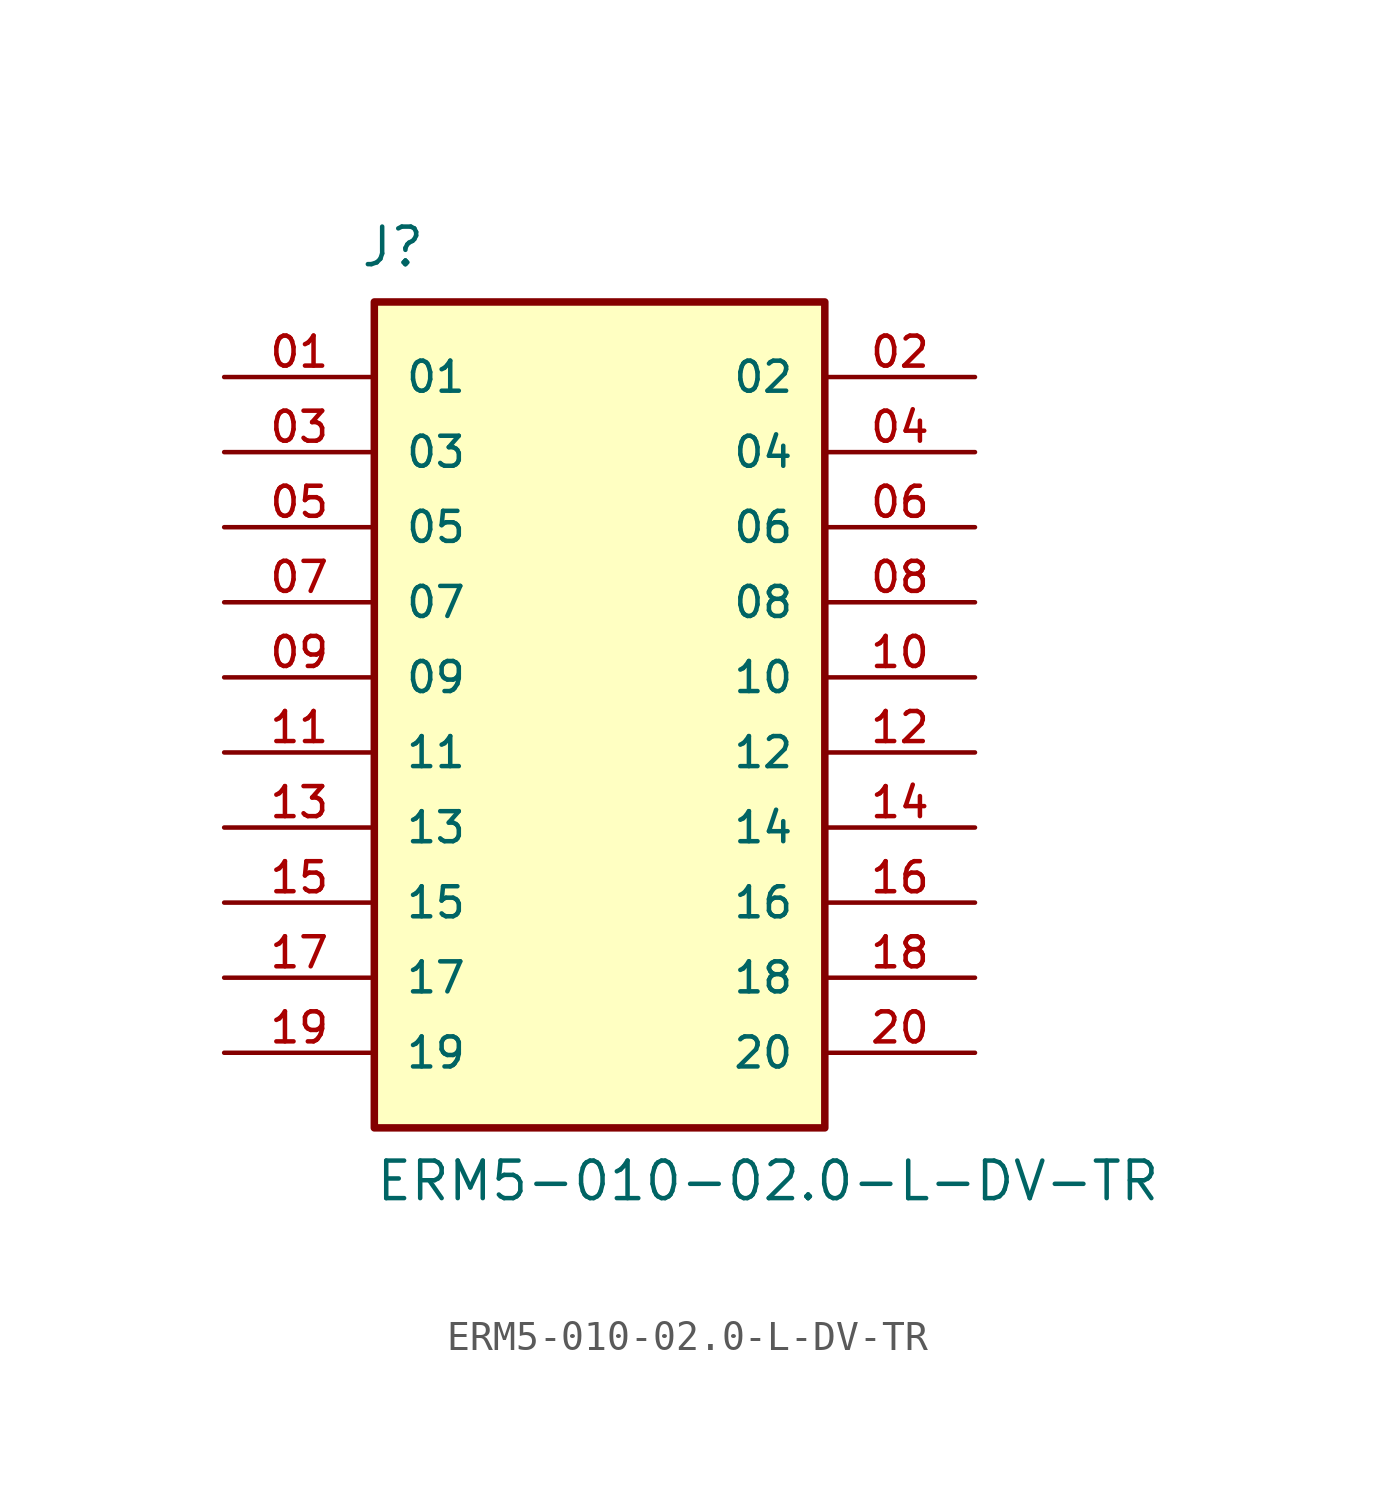
<source format=kicad_sym>
(kicad_symbol_lib
  (version 20231120)
  (generator "kicad_symbol_editor")
  (generator_version "8.0")
  (symbol "ERM5-010-02.0-L-DV-TR"
    (pin_names
      (offset 1.016))
    (property "Reference" "J"
      (at -8.12 13.816 0)
      (effects (font (size 1.27 1.27)) (justify left bottom)))
    (property "Value" "ERM5-010-02.0-L-DV-TR"
      (at -7.62 -17.78 0)
      (effects (font (size 1.27 1.27)) (justify left bottom)))
    (symbol "ERM5-010-02.0-L-DV-TR_0_0"
      (rectangle (start -7.62 -15.24) (end 7.62 12.7) (stroke (width 0.254) (type default)) (fill (type background)))
      (pin passive line (at -12.7 10.16 0) (length 5.08) (name "01" (effects (font (size 1.016 1.016)))) (number "01" (effects (font (size 1.016 1.016)))))
      (pin passive line (at 12.7 10.16 180) (length 5.08) (name "02" (effects (font (size 1.016 1.016)))) (number "02" (effects (font (size 1.016 1.016)))))
      (pin passive line (at -12.7 7.62 0) (length 5.08) (name "03" (effects (font (size 1.016 1.016)))) (number "03" (effects (font (size 1.016 1.016)))))
      (pin passive line (at 12.7 7.62 180) (length 5.08) (name "04" (effects (font (size 1.016 1.016)))) (number "04" (effects (font (size 1.016 1.016)))))
      (pin passive line (at -12.7 5.08 0) (length 5.08) (name "05" (effects (font (size 1.016 1.016)))) (number "05" (effects (font (size 1.016 1.016)))))
      (pin passive line (at 12.7 5.08 180) (length 5.08) (name "06" (effects (font (size 1.016 1.016)))) (number "06" (effects (font (size 1.016 1.016)))))
      (pin passive line (at -12.7 2.54 0) (length 5.08) (name "07" (effects (font (size 1.016 1.016)))) (number "07" (effects (font (size 1.016 1.016)))))
      (pin passive line (at 12.7 2.54 180) (length 5.08) (name "08" (effects (font (size 1.016 1.016)))) (number "08" (effects (font (size 1.016 1.016)))))
      (pin passive line (at -12.7 0 0) (length 5.08) (name "09" (effects (font (size 1.016 1.016)))) (number "09" (effects (font (size 1.016 1.016)))))
      (pin passive line (at 12.7 0 180) (length 5.08) (name "10" (effects (font (size 1.016 1.016)))) (number "10" (effects (font (size 1.016 1.016)))))
      (pin passive line (at -12.7 -2.54 0) (length 5.08) (name "11" (effects (font (size 1.016 1.016)))) (number "11" (effects (font (size 1.016 1.016)))))
      (pin passive line (at 12.7 -2.54 180) (length 5.08) (name "12" (effects (font (size 1.016 1.016)))) (number "12" (effects (font (size 1.016 1.016)))))
      (pin passive line (at -12.7 -5.08 0) (length 5.08) (name "13" (effects (font (size 1.016 1.016)))) (number "13" (effects (font (size 1.016 1.016)))))
      (pin passive line (at 12.7 -5.08 180) (length 5.08) (name "14" (effects (font (size 1.016 1.016)))) (number "14" (effects (font (size 1.016 1.016)))))
      (pin passive line (at -12.7 -7.62 0) (length 5.08) (name "15" (effects (font (size 1.016 1.016)))) (number "15" (effects (font (size 1.016 1.016)))))
      (pin passive line (at 12.7 -7.62 180) (length 5.08) (name "16" (effects (font (size 1.016 1.016)))) (number "16" (effects (font (size 1.016 1.016)))))
      (pin passive line (at -12.7 -10.16 0) (length 5.08) (name "17" (effects (font (size 1.016 1.016)))) (number "17" (effects (font (size 1.016 1.016)))))
      (pin passive line (at 12.7 -10.16 180) (length 5.08) (name "18" (effects (font (size 1.016 1.016)))) (number "18" (effects (font (size 1.016 1.016)))))
      (pin passive line (at -12.7 -12.7 0) (length 5.08) (name "19" (effects (font (size 1.016 1.016)))) (number "19" (effects (font (size 1.016 1.016)))))
      (pin passive line (at 12.7 -12.7 180) (length 5.08) (name "20" (effects (font (size 1.016 1.016)))) (number "20" (effects (font (size 1.016 1.016))))))))
</source>
